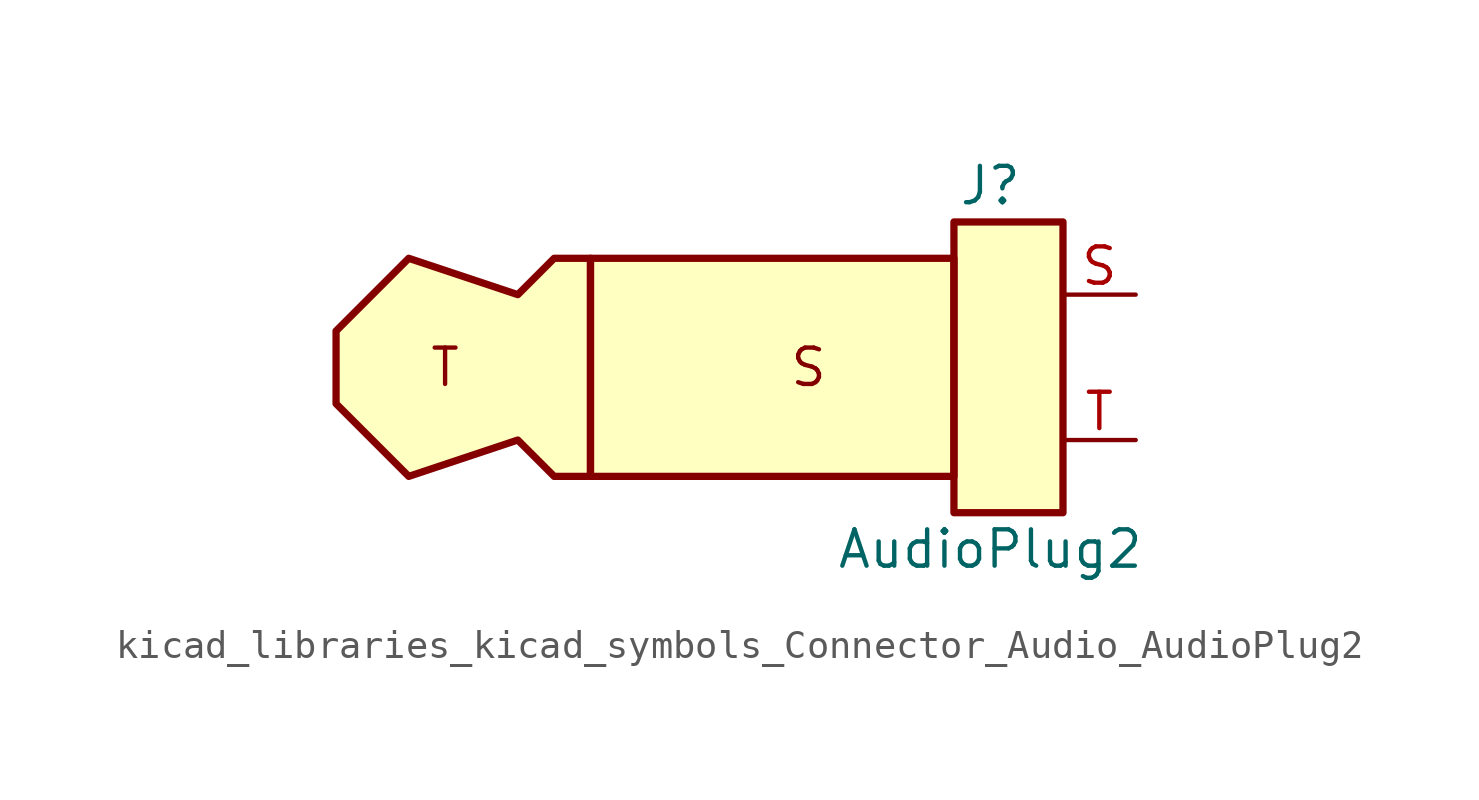
<source format=kicad_sym>
(kicad_symbol_lib
  (version 20220914)
  (generator kicad_symbol_editor)
  (symbol "kicad_libraries_kicad_symbols_Connector_Audio_AudioPlug2"
    (property "Reference" "J"
      (at 10.16 6.35 0)
      (effects (font (size 1.27 1.27))))
    (property "Value" "AudioPlug2"
      (at 10.16 -6.35 0)
      (effects (font (size 1.27 1.27))))
    (symbol "kicad_libraries_kicad_symbols_Connector_Audio_AudioPlug2_0_0"
      (text "S" (at 3.81 0 0) (effects (font (size 1.27 1.27))))
      (text "T" (at -8.89 0 0) (effects (font (size 1.27 1.27)))))
    (symbol "kicad_libraries_kicad_symbols_Connector_Audio_AudioPlug2_0_1"
      (rectangle (start -3.81 3.81) (end 8.89 -3.81) (stroke (width 0.254) (type default)) (fill (type background)))
      (polyline (pts (xy -3.81 3.81) (xy -5.08 3.81) (xy -6.35 2.54) (xy -10.16 3.81) (xy -12.7 1.27) (xy -12.7 -1.27) (xy -10.16 -3.81) (xy -6.35 -2.54) (xy -5.08 -3.81) (xy -3.81 -3.81) (xy -3.81 3.81)) (stroke (width 0.254) (type default)) (fill (type background)))
      (rectangle (start 12.7 5.08) (end 8.89 -5.08) (stroke (width 0.254) (type default)) (fill (type background))))
    (symbol "kicad_libraries_kicad_symbols_Connector_Audio_AudioPlug2_1_1"
      (pin passive line (at 15.24 2.54 180) (length 2.54) (name "~" (effects (font (size 1.27 1.27)))) (number "S" (effects (font (size 1.27 1.27)))))
      (pin passive line (at 15.24 -2.54 180) (length 2.54) (name "~" (effects (font (size 1.27 1.27)))) (number "T" (effects (font (size 1.27 1.27))))))))
</source>
